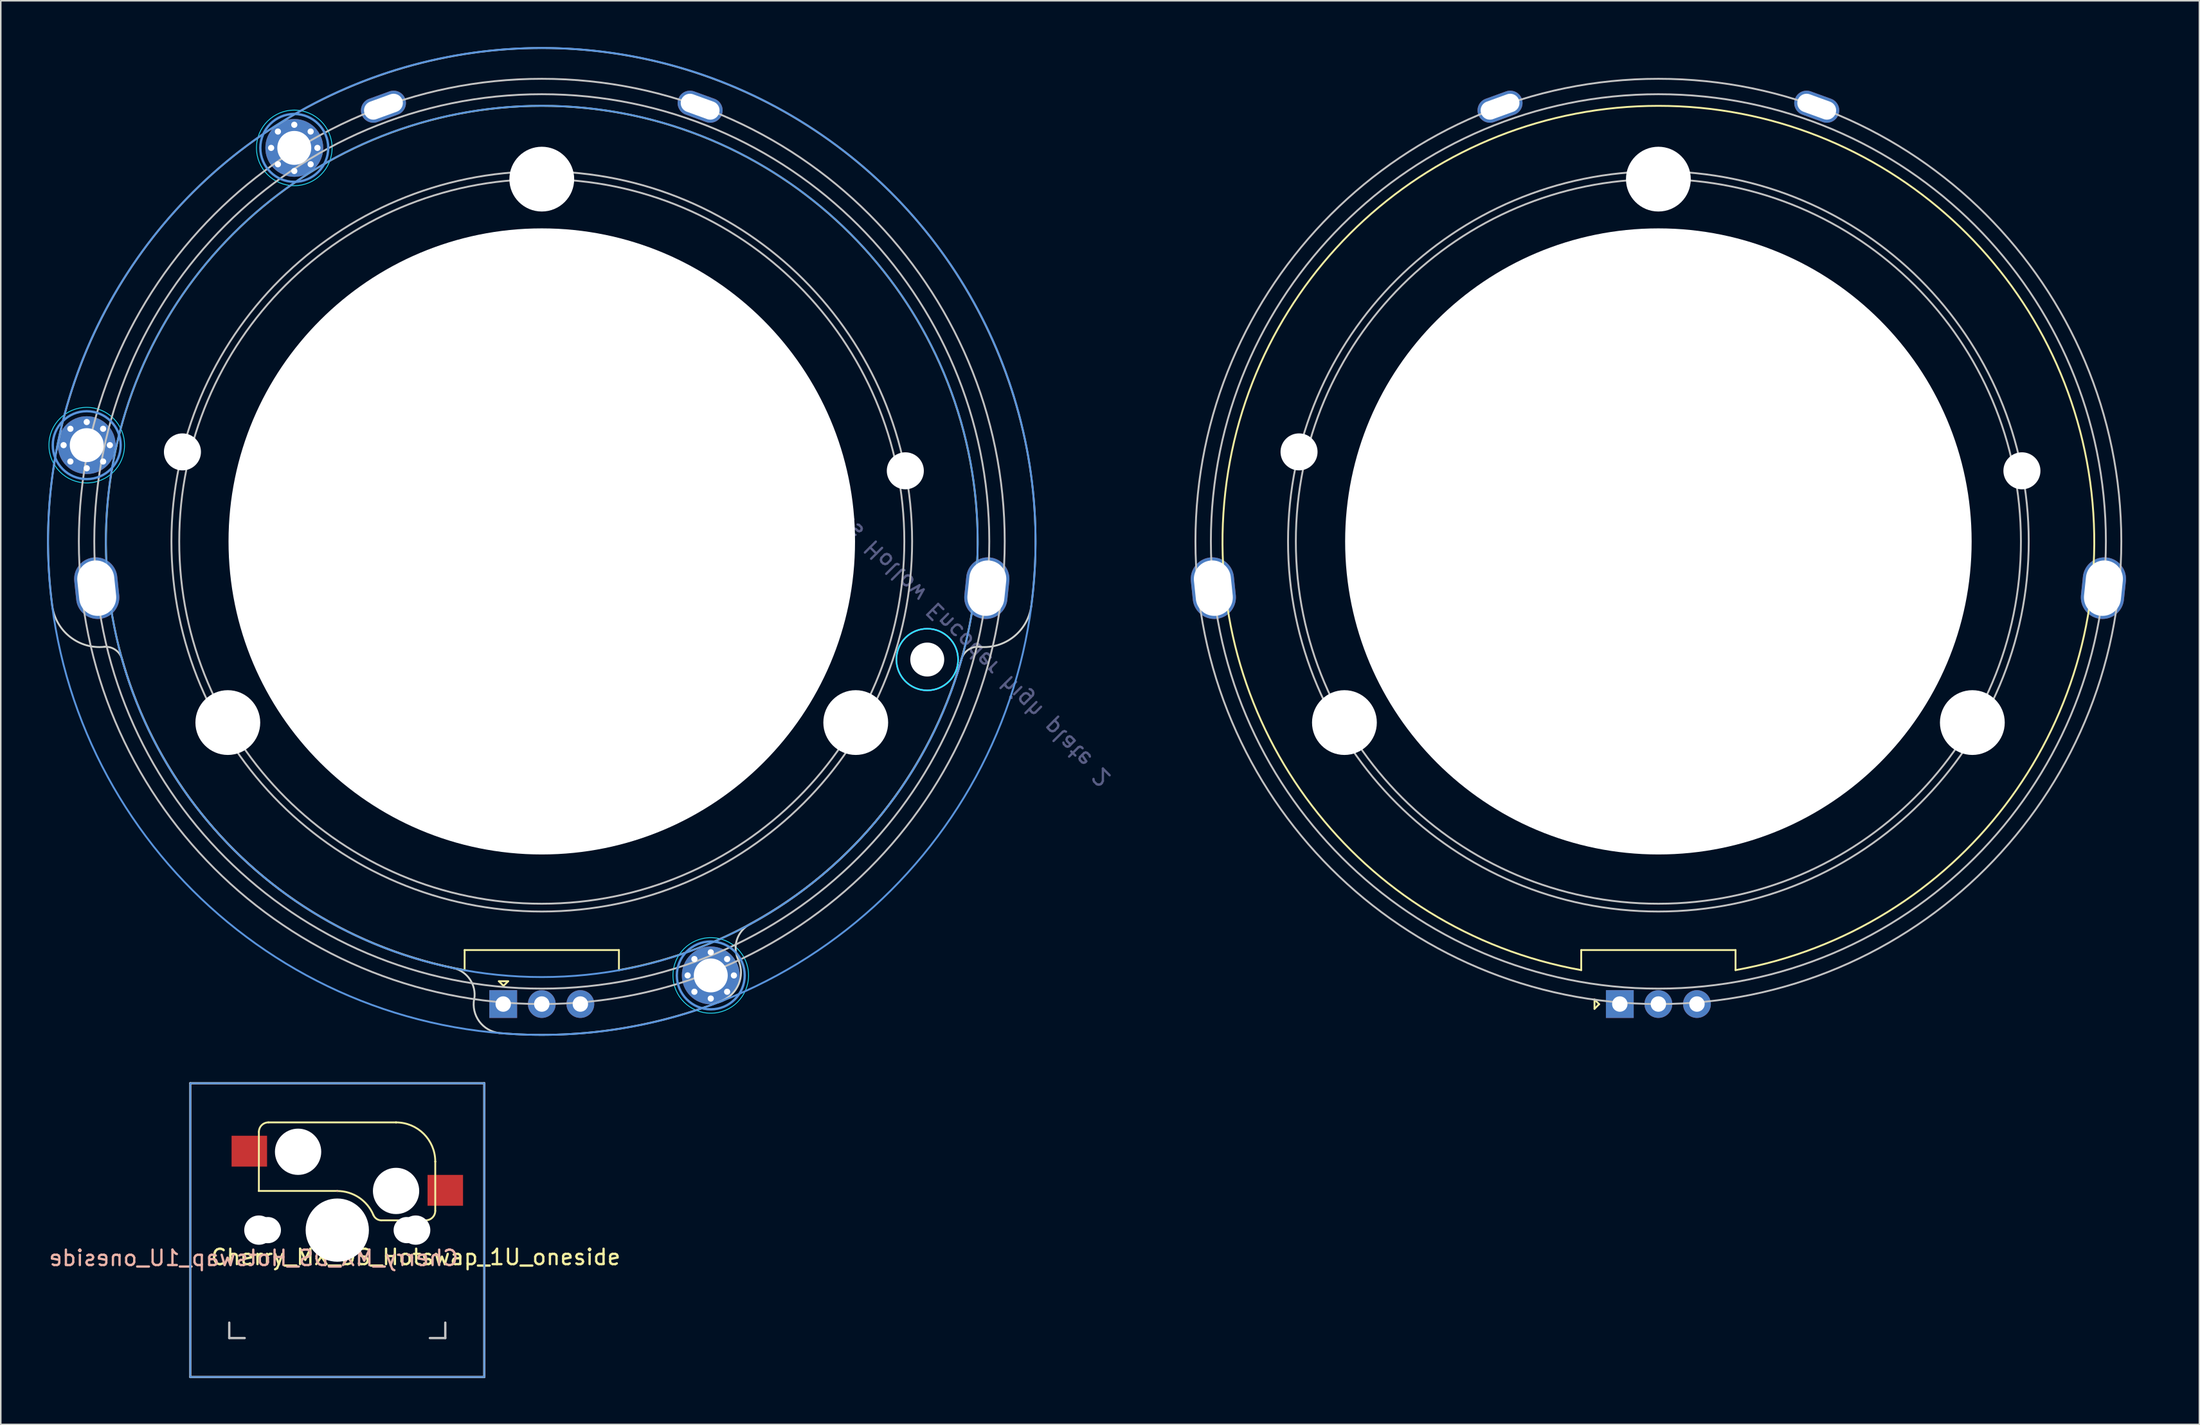
<source format=kicad_pcb>
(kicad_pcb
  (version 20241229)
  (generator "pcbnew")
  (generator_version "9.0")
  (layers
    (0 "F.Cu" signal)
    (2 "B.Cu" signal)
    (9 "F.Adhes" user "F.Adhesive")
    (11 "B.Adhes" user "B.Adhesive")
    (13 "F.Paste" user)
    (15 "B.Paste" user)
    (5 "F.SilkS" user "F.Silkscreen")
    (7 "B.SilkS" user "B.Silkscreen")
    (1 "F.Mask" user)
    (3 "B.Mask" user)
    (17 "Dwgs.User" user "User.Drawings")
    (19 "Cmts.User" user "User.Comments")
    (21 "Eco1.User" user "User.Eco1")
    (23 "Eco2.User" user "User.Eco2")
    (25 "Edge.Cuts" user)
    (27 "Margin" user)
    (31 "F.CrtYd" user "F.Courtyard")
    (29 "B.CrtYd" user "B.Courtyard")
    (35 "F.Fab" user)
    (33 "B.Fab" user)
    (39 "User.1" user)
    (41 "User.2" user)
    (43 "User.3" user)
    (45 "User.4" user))
  (footprint "Cherry_MX_DS_Hotswap_1U_oneside"
    (layer "F.Cu")
    (at 18.807 76.72)
    (property "Reference" "Cherry_MX_DS_Hotswap_1U_oneside" (at -5.42 1.81 0) (layer "B.SilkS") (effects (font (size 1 1) (thickness 0.15)) (justify mirror)))
    (attr smd)
    (fp_line (start -5.08 -6.36) (end -5.08 -2.54) (stroke (width 0.12) (type solid)) (layer "F.SilkS"))
    (fp_line (start -5.08 -2.54) (end -5.08 -2.54) (stroke (width 0.12) (type solid)) (layer "F.SilkS"))
    (fp_line (start -5.08 -2.54) (end -5.08 -2.54) (stroke (width 0.12) (type solid)) (layer "F.SilkS"))
    (fp_line (start -4.46 -6.985) (end 3.81 -6.985) (stroke (width 0.12) (type solid)) (layer "F.SilkS"))
    (fp_line (start 0 -2.54) (end -5.08 -2.54) (stroke (width 0.12) (type solid)) (layer "F.SilkS"))
    (fp_line (start 0 -2.54) (end 0 -2.54) (stroke (width 0.12) (type solid)) (layer "F.SilkS"))
    (fp_line (start 2.86 -0.635) (end 5.72 -0.635) (stroke (width 0.12) (type solid)) (layer "F.SilkS"))
    (fp_line (start 3.81 -6.985) (end 3.81 -6.985) (stroke (width 0.12) (type solid)) (layer "F.SilkS"))
    (fp_line (start 6.35 -4.445) (end 6.35 -4.445) (stroke (width 0.12) (type solid)) (layer "F.SilkS"))
    (fp_line (start 6.35 -1.25) (end 6.35 -4.445) (stroke (width 0.12) (type solid)) (layer "F.SilkS"))
    (fp_arc (start -5.08 -6.37) (mid -4.899871 -6.804871) (end -4.465 -6.985) (stroke (width 0.12) (type default)) (layer "F.SilkS"))
    (fp_arc (start 0 -2.536928) (mid 1.405314 -2.112131) (end 2.34 -0.98) (stroke (width 0.12) (type solid)) (layer "F.SilkS"))
    (fp_arc (start 2.859999 -0.633863) (mid 2.547375 -0.727878) (end 2.34 -0.98) (stroke (width 0.12) (type default)) (layer "F.SilkS"))
    (fp_arc (start 3.81 -6.985) (mid 5.606051 -6.241051) (end 6.35 -4.445) (stroke (width 0.12) (type solid)) (layer "F.SilkS"))
    (fp_arc (start 6.350129 -1.25) (mid 6.169985 -0.815144) (end 5.735129 -0.635) (stroke (width 0.12) (type default)) (layer "F.SilkS"))
    (fp_line (start 0 -2.54) (end 0 -2.54) (stroke (width 0.12) (type solid)) (layer "B.SilkS"))
    (fp_line (start 5.08 -2.54) (end 5.08 -2.54) (stroke (width 0.12) (type solid)) (layer "B.SilkS"))
    (fp_line (start 5.08 -2.54) (end 5.08 -2.54) (stroke (width 0.12) (type solid)) (layer "B.SilkS"))
    (fp_line (start -9.525 -9.525) (end 9.525 -9.525) (stroke (width 0.15) (type solid)) (layer "Dwgs.User"))
    (fp_line (start -9.525 9.525) (end -9.525 -9.525) (stroke (width 0.15) (type solid)) (layer "Dwgs.User"))
    (fp_line (start -7 6) (end -7 7) (stroke (width 0.15) (type solid)) (layer "Dwgs.User"))
    (fp_line (start -7 7) (end -6 7) (stroke (width 0.15) (type solid)) (layer "Dwgs.User"))
    (fp_line (start 6 7) (end 7 7) (stroke (width 0.15) (type solid)) (layer "Dwgs.User"))
    (fp_line (start 7 7) (end 7 6) (stroke (width 0.15) (type solid)) (layer "Dwgs.User"))
    (fp_line (start 9.525 -9.525) (end 9.525 9.525) (stroke (width 0.15) (type solid)) (layer "Dwgs.User"))
    (fp_line (start 9.525 9.525) (end -9.525 9.525) (stroke (width 0.15) (type solid)) (layer "Dwgs.User"))
    (fp_line (start -9.525 -9.525) (end -9.525 9.525) (stroke (width 0.1) (type solid)) (layer "Cmts.User"))
    (fp_line (start 9.525 -9.525) (end -9.525 -9.525) (stroke (width 0.1) (type solid)) (layer "Cmts.User"))
    (fp_line (start 9.525 -9.525) (end 9.525 9.525) (stroke (width 0.1) (type solid)) (layer "Cmts.User"))
    (fp_line (start 9.525 9.525) (end -9.525 9.525) (stroke (width 0.1) (type solid)) (layer "Cmts.User"))
    (fp_rect (start 7 -7) (end -7 7) (stroke (width 0.12) (type default)) (fill no) (layer "User.4"))
    (fp_text user "${REFERENCE}" (at 5.09 1.75 0) (layer "F.SilkS") (effects (font (size 1 1) (thickness 0.15))))
    (pad "" np_thru_hole circle (at -5.08 0) (size 1.9 1.9) (drill 1.9) (layers "*.Cu" "*.Mask"))
    (pad "" np_thru_hole circle (at -4.5 0) (size 1.7 1.7) (drill 1.7) (layers "*.Cu" "*.Mask"))
    (pad "" np_thru_hole circle (at -2.54 -5.08 180) (size 3 3) (drill 3) (layers "*.Cu" "*.Mask"))
    (pad "" np_thru_hole circle (at 0 0 90) (size 4.1 4.1) (drill 4.1) (layers "*.Cu" "*.Mask"))
    (pad "" np_thru_hole circle (at 3.81 -2.54 180) (size 3 3) (drill 3) (layers "*.Cu" "*.Mask"))
    (pad "" np_thru_hole circle (at 4.5 0) (size 1.7 1.7) (drill 1.7) (layers "*.Cu" "*.Mask"))
    (pad "" np_thru_hole circle (at 5.08 0) (size 1.9 1.9) (drill 1.9) (layers "*.Cu" "*.Mask"))
    (pad "5" smd rect (at 7 -2.58 180) (size 2.3 2) (layers "F.Cu" "F.Mask" "F.Paste"))
    (pad "6" smd rect (at -5.7 -5.12 180) (size 2.3 2) (layers "F.Cu" "F.Mask" "F.Paste")))
  (footprint "Bourns Hollow Encoder V1"
    (layer "F.Cu")
    (at 104.421 32.06)
    (property "Reference" "Bourns Hollow Encoder V1" (at 0 -0.5 0) (unlocked yes) (layer "F.SilkS") (effects (font (size 1 1) (thickness 0.15))))
    (attr through_hole)
    (fp_line (start -5 26.5) (end -5 27.8) (stroke (width 0.12) (type solid)) (layer "F.SilkS"))
    (fp_line (start -5 26.5) (end 5 26.5) (stroke (width 0.12) (type solid)) (layer "F.SilkS"))
    (fp_line (start -4.14 29.71) (end -3.84 30.01) (stroke (width 0.12) (type solid)) (layer "F.SilkS"))
    (fp_line (start -4.14 30.31) (end -4.14 29.71) (stroke (width 0.12) (type solid)) (layer "F.SilkS"))
    (fp_line (start -3.84 30.01) (end -4.14 30.31) (stroke (width 0.12) (type solid)) (layer "F.SilkS"))
    (fp_line (start 5 26.5) (end 5 27.8) (stroke (width 0.12) (type solid)) (layer "F.SilkS"))
    (fp_arc (start -5 27.799999) (mid 0 -28.246061) (end 5 27.799999) (stroke (width 0.12) (type solid)) (layer "F.SilkS"))
    (fp_circle (center 0 0) (end 23.494 0) (stroke (width 0.12) (type solid)) (fill no) (layer "Dwgs.User"))
    (fp_circle (center 0 0) (end 24 0) (stroke (width 0.12) (type solid)) (fill no) (layer "Dwgs.User"))
    (fp_circle (center 0 0) (end 29 0) (stroke (width 0.12) (type solid)) (fill no) (layer "Dwgs.User"))
    (fp_circle (center 0 0) (end 30 0) (stroke (width 0.12) (type solid)) (fill no) (layer "Dwgs.User"))
    (fp_circle (center 0 0) (end 32 0) (stroke (width 0.12) (type solid)) (fill no) (layer "User.1"))
    (fp_circle (center 0 0) (end 20.3 0) (stroke (width 0.12) (type default)) (fill no) (layer "User.9"))
    (fp_circle (center 0 0) (end 28.25 0) (stroke (width 0.12) (type solid)) (fill no) (layer "User.9"))
    (fp_circle (center 0 0) (end 32 0) (stroke (width 0.12) (type default)) (fill no) (layer "User.9"))
    (fp_text user "${REFERENCE}" (at 0 2.5 0) (unlocked yes) (layer "F.Fab") (effects (font (size 1 1) (thickness 0.15))))
    (pad "" np_thru_hole oval (at -28.841 3.031 96) (size 4 2.8) (drill oval 3.6 2.4) (layers "*.Cu" "*.Mask"))
    (pad "" np_thru_hole circle (at -23.287 -5.806) (size 2.4 2.4) (drill 2.4) (layers "*.Cu" "*.Mask"))
    (pad "" np_thru_hole circle (at -20.346 11.747) (size 4.2 4.2) (drill 4.2) (layers "*.Cu" "*.Mask"))
    (pad "" np_thru_hole oval (at -10.261 -28.191 20) (size 3 1.6) (drill oval 2.6 1.2) (layers "*.Cu" "*.Mask"))
    (pad "" np_thru_hole circle (at 0 -23.494) (size 4.2 4.2) (drill 4.2) (layers "*.Cu" "*.Mask"))
    (pad "" np_thru_hole circle (at 0 0) (size 40.6 40.6) (drill 40.6) (layers "*.Cu" "*.Mask"))
    (pad "" np_thru_hole oval (at 10.261 -28.191 340) (size 3 1.6) (drill oval 2.6 1.2) (layers "*.Cu" "*.Mask"))
    (pad "" np_thru_hole circle (at 20.346 11.747) (size 4.2 4.2) (drill 4.2) (layers "*.Cu" "*.Mask"))
    (pad "" np_thru_hole circle (at 23.559 -4.579) (size 2.4 2.4) (drill 2.4) (layers "*.Cu" "*.Mask"))
    (pad "" np_thru_hole oval (at 28.841 3.031 84) (size 4 2.8) (drill oval 3.6 2.4) (layers "*.Cu" "*.Mask"))
    (pad "A" thru_hole rect (at -2.5 30) (size 1.8 1.8) (drill 1) (layers "*.Cu" "*.Mask"))
    (pad "B" thru_hole circle (at 2.5 30) (size 1.8 1.8) (drill 1) (layers "*.Cu" "*.Mask"))
    (pad "C" thru_hole circle (at 0 30) (size 1.8 1.8) (drill 1) (layers "*.Cu" "*.Mask")))
  (footprint "Bourns Hollow Encoder high plate 2"
    (layer "F.Cu")
    (at 32.06 32.06)
    (property "Reference" "Bourns Hollow Encoder high plate 2" (at 0 -0.5 0) (unlocked yes) (layer "F.SilkS") (effects (font (size 1 1) (thickness 0.15))))
    (attr through_hole)
    (fp_line (start -5 26.5) (end -5 27.8) (stroke (width 0.12) (type solid)) (layer "F.SilkS"))
    (fp_line (start -5 26.5) (end 5 26.5) (stroke (width 0.12) (type solid)) (layer "F.SilkS"))
    (fp_line (start -2.78 28.52) (end -2.18 28.52) (stroke (width 0.12) (type solid)) (layer "F.SilkS"))
    (fp_line (start -2.48 28.82) (end -2.78 28.52) (stroke (width 0.12) (type solid)) (layer "F.SilkS"))
    (fp_line (start -2.18 28.52) (end -2.48 28.82) (stroke (width 0.12) (type solid)) (layer "F.SilkS"))
    (fp_line (start 5 26.5) (end 5 27.8) (stroke (width 0.12) (type solid)) (layer "F.SilkS"))
    (fp_arc (start -5 27.799999) (mid 0 -28.246061) (end 5 27.799999) (stroke (width 0.12) (type solid)) (layer "F.SilkS"))
    (fp_circle (center 0 0) (end 23.494 0) (stroke (width 0.12) (type solid)) (fill no) (layer "Dwgs.User"))
    (fp_circle (center 0 0) (end 24 0) (stroke (width 0.12) (type solid)) (fill no) (layer "Dwgs.User"))
    (fp_circle (center 0 0) (end 29 0) (stroke (width 0.12) (type solid)) (fill no) (layer "Dwgs.User"))
    (fp_circle (center 0 0) (end 30 0) (stroke (width 0.12) (type solid)) (fill no) (layer "Dwgs.User"))
    (fp_circle (center -29.489 -6.243) (end -27.933 -4.687) (stroke (width 0.15) (type solid)) (fill no) (layer "Cmts.User"))
    (fp_circle (center -16.039 -25.519) (end -14.484 -23.963) (stroke (width 0.15) (type solid)) (fill no) (layer "Cmts.User"))
    (fp_circle (center 0 0) (end 28.25 0) (stroke (width 0.12) (type solid)) (fill no) (layer "Cmts.User"))
    (fp_circle (center 0 0) (end 32 0) (stroke (width 0.12) (type default)) (fill no) (layer "Cmts.User"))
    (fp_circle (center 10.951 28.144) (end 12.506 29.699) (stroke (width 0.15) (type solid)) (fill no) (layer "Cmts.User"))
    (fp_arc (start -31.719999 4.2) (mid 0 -31.996849) (end 31.719999 4.199999) (stroke (width 0.12) (type default)) (layer "Edge.Cuts"))
    (fp_arc (start -28.347161 6.835602) (mid -30.563503 6.195954) (end -31.72 4.2) (stroke (width 0.12) (type default)) (layer "Edge.Cuts"))
    (fp_arc (start -28.347161 6.835603) (mid -27.600845 7.05116) (end -27.181805 7.705268) (stroke (width 0.12) (type default)) (layer "Edge.Cuts"))
    (fp_arc (start -5.717579 27.670001) (mid -4.651648 28.406625) (end -4.37416 29.672257) (stroke (width 0.12) (type default)) (layer "Edge.Cuts"))
    (fp_arc (start -5.717228 27.668303) (mid -19.241031 20.688267) (end -27.181805 7.705268) (stroke (width 0.12) (type default)) (layer "Edge.Cuts"))
    (fp_arc (start -2.757579 31.88) (mid -4.05 31.128196) (end -4.383683 29.670727) (stroke (width 0.12) (type default)) (layer "Edge.Cuts"))
    (fp_arc (start 11.713213 29.778168) (mid 4.599486 31.666755) (end -2.757579 31.88) (stroke (width 0.12) (type default)) (layer "Edge.Cuts"))
    (fp_arc (start 12.763756 27.202914) (mid 12.761778 28.701922) (end 11.71 29.77) (stroke (width 0.12) (type default)) (layer "Edge.Cuts"))
    (fp_arc (start 12.771877 27.198509) (mid 12.641726 25.838302) (end 13.53 24.8) (stroke (width 0.12) (type default)) (layer "Edge.Cuts"))
    (fp_arc (start 27.179748 7.704684) (mid 22.07676 17.627181) (end 13.53 24.799999) (stroke (width 0.12) (type default)) (layer "Edge.Cuts"))
    (fp_arc (start 27.181805 7.705267) (mid 27.600846 7.051161) (end 28.347161 6.835602) (stroke (width 0.12) (type default)) (layer "Edge.Cuts"))
    (fp_arc (start 31.72 4.199999) (mid 30.563503 6.195953) (end 28.347161 6.835601) (stroke (width 0.12) (type default)) (layer "Edge.Cuts"))
    (fp_circle (center -29.489 -6.243) (end -27.756 -4.511) (stroke (width 0.05) (type solid)) (fill no) (layer "B.CrtYd"))
    (fp_circle (center -16.039 -25.519) (end -14.307 -23.786) (stroke (width 0.05) (type solid)) (fill no) (layer "B.CrtYd"))
    (fp_circle (center 10.951 28.144) (end 12.683 29.876) (stroke (width 0.05) (type solid)) (fill no) (layer "B.CrtYd"))
    (fp_circle (center 24.98 7.66) (end 26.394 9.074) (stroke (width 0.1) (type default)) (fill no) (layer "B.CrtYd"))
    (fp_circle (center 24.98 7.66) (end 23.566 6.246) (stroke (width 0.1) (type default)) (fill no) (layer "F.CrtYd"))
    (fp_circle (center 0 0) (end 20.3 0) (stroke (width 0.12) (type default)) (fill no) (layer "User.9"))
    (fp_text user "${REFERENCE}" (at 26.797 5.806 135) (unlocked yes) (layer "B.Fab") (effects (font (size 1 1) (thickness 0.15)) (justify mirror)))
    (fp_text user "${REFERENCE}" (at 0 2.5 0) (unlocked yes) (layer "F.Fab") (effects (font (size 1 1) (thickness 0.15))))
    (pad "" np_thru_hole oval (at -28.841 3.031 96) (size 4 2.8) (drill oval 3.6 2.4) (layers "*.Cu" "*.Mask"))
    (pad "" np_thru_hole circle (at -23.287 -5.806) (size 2.4 2.4) (drill 2.4) (layers "*.Cu" "*.Mask"))
    (pad "" np_thru_hole circle (at -20.346 11.747) (size 4.2 4.2) (drill 4.2) (layers "*.Cu" "*.Mask"))
    (pad "" np_thru_hole oval (at -10.261 -28.191 20) (size 3 1.6) (drill oval 2.6 1.2) (layers "*.Cu" "*.Mask"))
    (pad "" np_thru_hole circle (at 0 -23.494) (size 4.2 4.2) (drill 4.2) (layers "*.Cu" "*.Mask"))
    (pad "" np_thru_hole circle (at 0 0) (size 40.6 40.6) (drill 40.6) (layers "*.Cu" "*.Mask"))
    (pad "" np_thru_hole oval (at 10.261 -28.191 340) (size 3 1.6) (drill oval 2.6 1.2) (layers "*.Cu" "*.Mask"))
    (pad "" np_thru_hole circle (at 20.346 11.747) (size 4.2 4.2) (drill 4.2) (layers "*.Cu" "*.Mask"))
    (pad "" np_thru_hole circle (at 23.559 -4.579) (size 2.4 2.4) (drill 2.4) (layers "*.Cu" "*.Mask"))
    (pad "" np_thru_hole circle (at 24.98 7.66 135) (size 2.2 2.2) (drill 2.2) (layers "*.Cu" "*.Mask"))
    (pad "" np_thru_hole oval (at 28.841 3.031 84) (size 4 2.8) (drill oval 3.6 2.4) (layers "*.Cu" "*.Mask"))
    (pad "1" thru_hole circle (at -30.988 -6.243 135) (size 0.5 0.5) (drill 0.4) (layers "*.Cu" "*.Mask"))
    (pad "1" thru_hole circle (at -30.549 -7.304 135) (size 0.5 0.5) (drill 0.4) (layers "*.Cu" "*.Mask"))
    (pad "1" thru_hole circle (at -30.549 -5.182 135) (size 0.5 0.5) (drill 0.4) (layers "*.Cu" "*.Mask"))
    (pad "1" thru_hole circle (at -29.489 -7.742 135) (size 0.5 0.5) (drill 0.4) (layers "*.Cu" "*.Mask"))
    (pad "1" thru_hole circle (at -29.489 -6.243 135) (size 3.75 3.75) (drill 2.2) (layers "*.Cu" "*.Mask"))
    (pad "1" thru_hole circle (at -29.489 -4.744 135) (size 0.5 0.5) (drill 0.4) (layers "*.Cu" "*.Mask"))
    (pad "1" thru_hole circle (at -28.428 -7.304 135) (size 0.5 0.5) (drill 0.4) (layers "*.Cu" "*.Mask"))
    (pad "1" thru_hole circle (at -28.428 -5.182 135) (size 0.5 0.5) (drill 0.4) (layers "*.Cu" "*.Mask"))
    (pad "1" thru_hole circle (at -27.99 -6.243 135) (size 0.5 0.5) (drill 0.4) (layers "*.Cu" "*.Mask"))
    (pad "1" thru_hole circle (at -17.539 -25.519 135) (size 0.5 0.5) (drill 0.4) (layers "*.Cu" "*.Mask"))
    (pad "1" thru_hole circle (at -17.1 -26.579 135) (size 0.5 0.5) (drill 0.4) (layers "*.Cu" "*.Mask"))
    (pad "1" thru_hole circle (at -17.1 -24.458 135) (size 0.5 0.5) (drill 0.4) (layers "*.Cu" "*.Mask"))
    (pad "1" thru_hole circle (at -16.039 -27.018 135) (size 0.5 0.5) (drill 0.4) (layers "*.Cu" "*.Mask"))
    (pad "1" thru_hole circle (at -16.039 -25.519 135) (size 3.75 3.75) (drill 2.2) (layers "*.Cu" "*.Mask"))
    (pad "1" thru_hole circle (at -16.039 -24.02 135) (size 0.5 0.5) (drill 0.4) (layers "*.Cu" "*.Mask"))
    (pad "1" thru_hole circle (at -14.979 -26.579 135) (size 0.5 0.5) (drill 0.4) (layers "*.Cu" "*.Mask"))
    (pad "1" thru_hole circle (at -14.979 -24.458 135) (size 0.5 0.5) (drill 0.4) (layers "*.Cu" "*.Mask"))
    (pad "1" thru_hole circle (at -14.54 -25.519 135) (size 0.5 0.5) (drill 0.4) (layers "*.Cu" "*.Mask"))
    (pad "1" thru_hole circle (at 9.452 28.144 135) (size 0.5 0.5) (drill 0.4) (layers "*.Cu" "*.Mask"))
    (pad "1" thru_hole circle (at 9.89 27.083 135) (size 0.5 0.5) (drill 0.4) (layers "*.Cu" "*.Mask"))
    (pad "1" thru_hole circle (at 9.89 29.204 135) (size 0.5 0.5) (drill 0.4) (layers "*.Cu" "*.Mask"))
    (pad "1" thru_hole circle (at 10.951 26.644 135) (size 0.5 0.5) (drill 0.4) (layers "*.Cu" "*.Mask"))
    (pad "1" thru_hole circle (at 10.951 28.144 135) (size 3.75 3.75) (drill 2.2) (layers "*.Cu" "*.Mask"))
    (pad "1" thru_hole circle (at 10.951 29.643 135) (size 0.5 0.5) (drill 0.4) (layers "*.Cu" "*.Mask"))
    (pad "1" thru_hole circle (at 12.011 27.083 135) (size 0.5 0.5) (drill 0.4) (layers "*.Cu" "*.Mask"))
    (pad "1" thru_hole circle (at 12.011 29.204 135) (size 0.5 0.5) (drill 0.4) (layers "*.Cu" "*.Mask"))
    (pad "1" thru_hole circle (at 12.45 28.144 135) (size 0.5 0.5) (drill 0.4) (layers "*.Cu" "*.Mask"))
    (pad "A" thru_hole rect (at -2.5 30) (size 1.8 1.8) (drill 1) (layers "*.Cu" "*.Mask"))
    (pad "B" thru_hole circle (at 2.5 30) (size 1.8 1.8) (drill 1) (layers "*.Cu" "*.Mask"))
    (pad "C" thru_hole circle (at 0 30) (size 1.8 1.8) (drill 1) (layers "*.Cu" "*.Mask")))
  (gr_rect
    (start -3 -3)
    (end 139.481 89.32)
    (stroke (width 0.1) (type default))
    (fill no)
    (layer "Edge.Cuts")))
</source>
